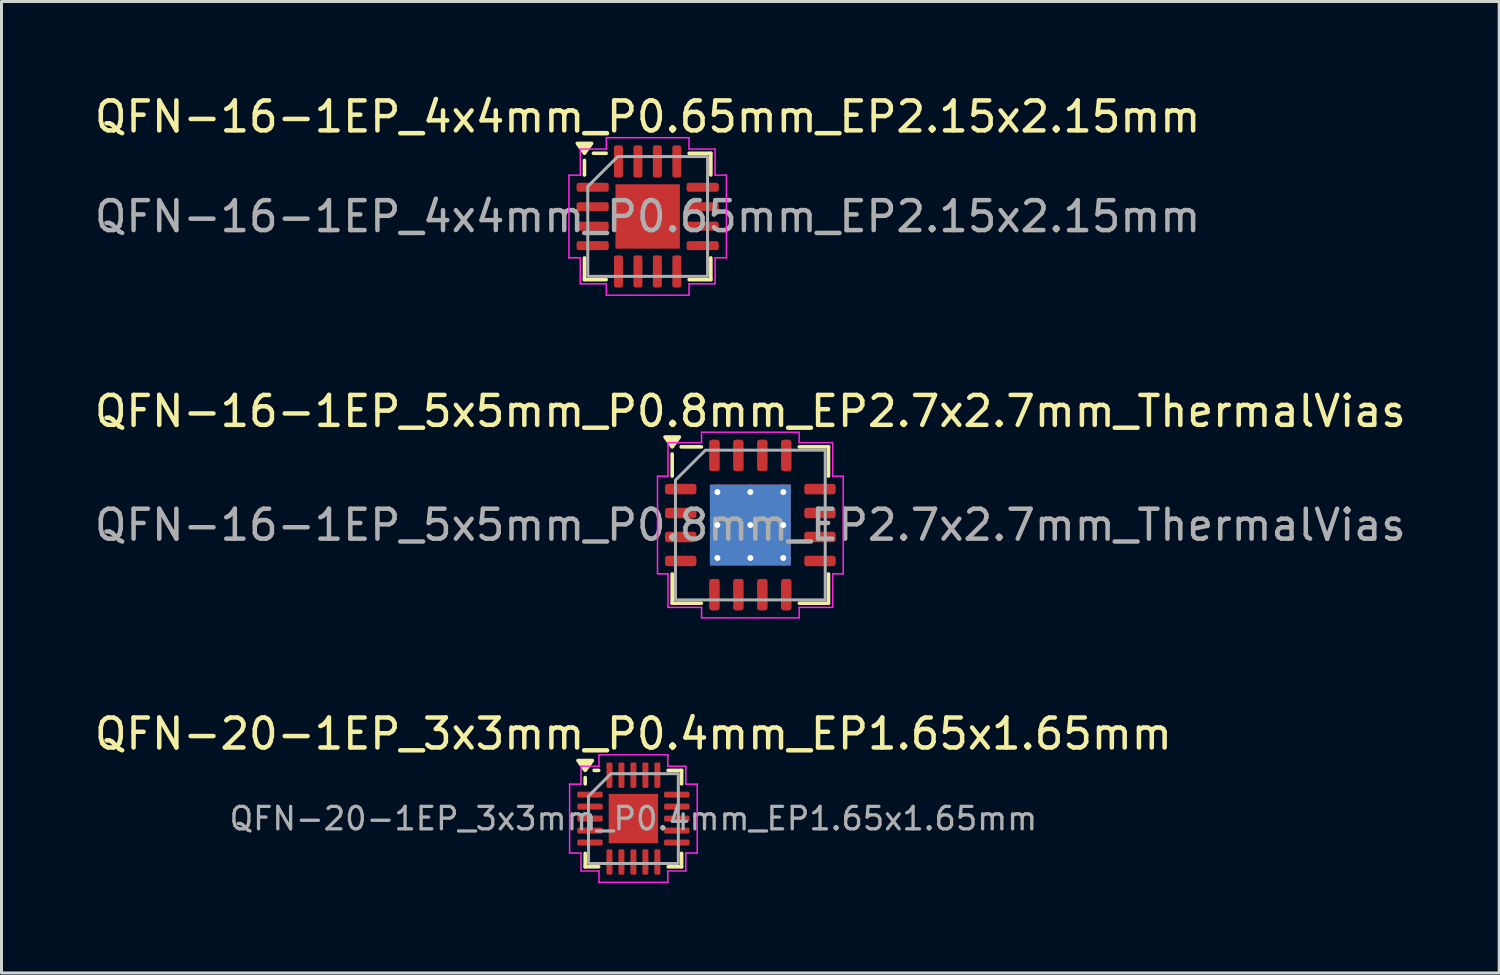
<source format=kicad_pcb>
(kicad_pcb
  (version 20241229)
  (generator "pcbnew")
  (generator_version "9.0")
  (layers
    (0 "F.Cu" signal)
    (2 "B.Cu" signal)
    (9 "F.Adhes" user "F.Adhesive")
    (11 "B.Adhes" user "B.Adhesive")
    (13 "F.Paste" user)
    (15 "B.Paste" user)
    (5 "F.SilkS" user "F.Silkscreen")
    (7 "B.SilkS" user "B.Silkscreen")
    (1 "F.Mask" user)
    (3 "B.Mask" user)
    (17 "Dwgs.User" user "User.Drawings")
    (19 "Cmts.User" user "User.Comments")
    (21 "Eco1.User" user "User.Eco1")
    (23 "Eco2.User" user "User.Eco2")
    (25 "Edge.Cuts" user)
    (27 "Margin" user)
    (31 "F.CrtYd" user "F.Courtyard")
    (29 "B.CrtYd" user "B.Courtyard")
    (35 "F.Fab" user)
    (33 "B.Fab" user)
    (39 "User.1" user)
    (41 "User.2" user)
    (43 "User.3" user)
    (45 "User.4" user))
  (footprint "QFN-20-1EP_3x3mm_P0.4mm_EP1.65x1.65mm"
    (layer "F.Cu")
    (at 18.101 24.285)
    (property "Reference" "QFN-20-1EP_3x3mm_P0.4mm_EP1.65x1.65mm" (at 0 -2.83 0) (layer "F.SilkS") (effects (font (size 1 1) (thickness 0.15))))
    (attr smd)
    (fp_line (start -1.61 -1.16) (end -1.61 -1.37) (stroke (width 0.12) (type solid)) (layer "F.SilkS"))
    (fp_line (start -1.61 1.61) (end -1.61 1.16) (stroke (width 0.12) (type solid)) (layer "F.SilkS"))
    (fp_line (start -1.16 -1.61) (end -1.31 -1.61) (stroke (width 0.12) (type solid)) (layer "F.SilkS"))
    (fp_line (start -1.16 1.61) (end -1.61 1.61) (stroke (width 0.12) (type solid)) (layer "F.SilkS"))
    (fp_line (start 1.16 -1.61) (end 1.61 -1.61) (stroke (width 0.12) (type solid)) (layer "F.SilkS"))
    (fp_line (start 1.16 1.61) (end 1.61 1.61) (stroke (width 0.12) (type solid)) (layer "F.SilkS"))
    (fp_line (start 1.61 -1.61) (end 1.61 -1.16) (stroke (width 0.12) (type solid)) (layer "F.SilkS"))
    (fp_line (start 1.61 1.61) (end 1.61 1.16) (stroke (width 0.12) (type solid)) (layer "F.SilkS"))
    (fp_poly (pts (xy -1.61 -1.61) (xy -1.85 -1.94) (xy -1.37 -1.94)) (stroke (width 0.12) (type solid)) (fill yes) (layer "F.SilkS"))
    (fp_line (start -2.13 -1.15) (end -1.75 -1.15) (stroke (width 0.05) (type solid)) (layer "F.CrtYd"))
    (fp_line (start -2.13 1.15) (end -2.13 -1.15) (stroke (width 0.05) (type solid)) (layer "F.CrtYd"))
    (fp_line (start -1.75 -1.75) (end -1.15 -1.75) (stroke (width 0.05) (type solid)) (layer "F.CrtYd"))
    (fp_line (start -1.75 -1.15) (end -1.75 -1.75) (stroke (width 0.05) (type solid)) (layer "F.CrtYd"))
    (fp_line (start -1.75 1.15) (end -2.13 1.15) (stroke (width 0.05) (type solid)) (layer "F.CrtYd"))
    (fp_line (start -1.75 1.75) (end -1.75 1.15) (stroke (width 0.05) (type solid)) (layer "F.CrtYd"))
    (fp_line (start -1.15 -2.13) (end 1.15 -2.13) (stroke (width 0.05) (type solid)) (layer "F.CrtYd"))
    (fp_line (start -1.15 -1.75) (end -1.15 -2.13) (stroke (width 0.05) (type solid)) (layer "F.CrtYd"))
    (fp_line (start -1.15 1.75) (end -1.75 1.75) (stroke (width 0.05) (type solid)) (layer "F.CrtYd"))
    (fp_line (start -1.15 2.13) (end -1.15 1.75) (stroke (width 0.05) (type solid)) (layer "F.CrtYd"))
    (fp_line (start 1.15 -2.13) (end 1.15 -1.75) (stroke (width 0.05) (type solid)) (layer "F.CrtYd"))
    (fp_line (start 1.15 -1.75) (end 1.75 -1.75) (stroke (width 0.05) (type solid)) (layer "F.CrtYd"))
    (fp_line (start 1.15 1.75) (end 1.15 2.13) (stroke (width 0.05) (type solid)) (layer "F.CrtYd"))
    (fp_line (start 1.15 2.13) (end -1.15 2.13) (stroke (width 0.05) (type solid)) (layer "F.CrtYd"))
    (fp_line (start 1.75 -1.75) (end 1.75 -1.15) (stroke (width 0.05) (type solid)) (layer "F.CrtYd"))
    (fp_line (start 1.75 -1.15) (end 2.13 -1.15) (stroke (width 0.05) (type solid)) (layer "F.CrtYd"))
    (fp_line (start 1.75 1.15) (end 1.75 1.75) (stroke (width 0.05) (type solid)) (layer "F.CrtYd"))
    (fp_line (start 1.75 1.75) (end 1.15 1.75) (stroke (width 0.05) (type solid)) (layer "F.CrtYd"))
    (fp_line (start 2.13 -1.15) (end 2.13 1.15) (stroke (width 0.05) (type solid)) (layer "F.CrtYd"))
    (fp_line (start 2.13 1.15) (end 1.75 1.15) (stroke (width 0.05) (type solid)) (layer "F.CrtYd"))
    (fp_poly (pts (xy -1.5 -0.75) (xy -1.5 1.5) (xy 1.5 1.5) (xy 1.5 -1.5) (xy -0.75 -1.5)) (stroke (width 0.1) (type solid)) (fill no) (layer "F.Fab"))
    (fp_text user "${REFERENCE}" (at 0 0 0) (layer "F.Fab") (effects (font (size 0.75 0.75) (thickness 0.11))))
    (pad "" smd roundrect (at -0.41 -0.41) (size 0.67 0.67) (layers "F.Paste") (roundrect_rratio 0.25))
    (pad "" smd roundrect (at -0.41 0.41) (size 0.67 0.67) (layers "F.Paste") (roundrect_rratio 0.25))
    (pad "" smd roundrect (at 0.41 -0.41) (size 0.67 0.67) (layers "F.Paste") (roundrect_rratio 0.25))
    (pad "" smd roundrect (at 0.41 0.41) (size 0.67 0.67) (layers "F.Paste") (roundrect_rratio 0.25))
    (pad "1" smd roundrect (at -1.45 -0.8) (size 0.85 0.2) (layers "F.Cu" "F.Mask" "F.Paste") (roundrect_rratio 0.25))
    (pad "2" smd roundrect (at -1.45 -0.4) (size 0.85 0.2) (layers "F.Cu" "F.Mask" "F.Paste") (roundrect_rratio 0.25))
    (pad "3" smd roundrect (at -1.45 0) (size 0.85 0.2) (layers "F.Cu" "F.Mask" "F.Paste") (roundrect_rratio 0.25))
    (pad "4" smd roundrect (at -1.45 0.4) (size 0.85 0.2) (layers "F.Cu" "F.Mask" "F.Paste") (roundrect_rratio 0.25))
    (pad "5" smd roundrect (at -1.45 0.8) (size 0.85 0.2) (layers "F.Cu" "F.Mask" "F.Paste") (roundrect_rratio 0.25))
    (pad "6" smd roundrect (at -0.8 1.45) (size 0.2 0.85) (layers "F.Cu" "F.Mask" "F.Paste") (roundrect_rratio 0.25))
    (pad "7" smd roundrect (at -0.4 1.45) (size 0.2 0.85) (layers "F.Cu" "F.Mask" "F.Paste") (roundrect_rratio 0.25))
    (pad "8" smd roundrect (at 0 1.45) (size 0.2 0.85) (layers "F.Cu" "F.Mask" "F.Paste") (roundrect_rratio 0.25))
    (pad "9" smd roundrect (at 0.4 1.45) (size 0.2 0.85) (layers "F.Cu" "F.Mask" "F.Paste") (roundrect_rratio 0.25))
    (pad "10" smd roundrect (at 0.8 1.45) (size 0.2 0.85) (layers "F.Cu" "F.Mask" "F.Paste") (roundrect_rratio 0.25))
    (pad "11" smd roundrect (at 1.45 0.8) (size 0.85 0.2) (layers "F.Cu" "F.Mask" "F.Paste") (roundrect_rratio 0.25))
    (pad "12" smd roundrect (at 1.45 0.4) (size 0.85 0.2) (layers "F.Cu" "F.Mask" "F.Paste") (roundrect_rratio 0.25))
    (pad "13" smd roundrect (at 1.45 0) (size 0.85 0.2) (layers "F.Cu" "F.Mask" "F.Paste") (roundrect_rratio 0.25))
    (pad "14" smd roundrect (at 1.45 -0.4) (size 0.85 0.2) (layers "F.Cu" "F.Mask" "F.Paste") (roundrect_rratio 0.25))
    (pad "15" smd roundrect (at 1.45 -0.8) (size 0.85 0.2) (layers "F.Cu" "F.Mask" "F.Paste") (roundrect_rratio 0.25))
    (pad "16" smd roundrect (at 0.8 -1.45) (size 0.2 0.85) (layers "F.Cu" "F.Mask" "F.Paste") (roundrect_rratio 0.25))
    (pad "17" smd roundrect (at 0.4 -1.45) (size 0.2 0.85) (layers "F.Cu" "F.Mask" "F.Paste") (roundrect_rratio 0.25))
    (pad "18" smd roundrect (at 0 -1.45) (size 0.2 0.85) (layers "F.Cu" "F.Mask" "F.Paste") (roundrect_rratio 0.25))
    (pad "19" smd roundrect (at -0.4 -1.45) (size 0.2 0.85) (layers "F.Cu" "F.Mask" "F.Paste") (roundrect_rratio 0.25))
    (pad "20" smd roundrect (at -0.8 -1.45) (size 0.2 0.85) (layers "F.Cu" "F.Mask" "F.Paste") (roundrect_rratio 0.25))
    (pad "21" smd rect (at 0 0) (size 1.65 1.65) (property pad_prop_heatsink) (layers "F.Cu" "F.Mask")))
  (footprint "QFN-16-1EP_4x4mm_P0.65mm_EP2.15x2.15mm"
    (layer "F.Cu")
    (at 18.577 4.178)
    (property "Reference" "QFN-16-1EP_4x4mm_P0.65mm_EP2.15x2.15mm" (at 0 -3.33 0) (layer "F.SilkS") (effects (font (size 1 1) (thickness 0.15))))
    (attr smd)
    (fp_line (start -2.11 -1.385) (end -2.11 -1.87) (stroke (width 0.12) (type solid)) (layer "F.SilkS"))
    (fp_line (start -2.11 2.11) (end -2.11 1.385) (stroke (width 0.12) (type solid)) (layer "F.SilkS"))
    (fp_line (start -1.385 -2.11) (end -1.81 -2.11) (stroke (width 0.12) (type solid)) (layer "F.SilkS"))
    (fp_line (start -1.385 2.11) (end -2.11 2.11) (stroke (width 0.12) (type solid)) (layer "F.SilkS"))
    (fp_line (start 1.385 -2.11) (end 2.11 -2.11) (stroke (width 0.12) (type solid)) (layer "F.SilkS"))
    (fp_line (start 1.385 2.11) (end 2.11 2.11) (stroke (width 0.12) (type solid)) (layer "F.SilkS"))
    (fp_line (start 2.11 -2.11) (end 2.11 -1.385) (stroke (width 0.12) (type solid)) (layer "F.SilkS"))
    (fp_line (start 2.11 2.11) (end 2.11 1.385) (stroke (width 0.12) (type solid)) (layer "F.SilkS"))
    (fp_poly (pts (xy -2.11 -2.11) (xy -2.35 -2.44) (xy -1.87 -2.44)) (stroke (width 0.12) (type solid)) (fill yes) (layer "F.SilkS"))
    (fp_line (start -2.63 -1.38) (end -2.25 -1.38) (stroke (width 0.05) (type solid)) (layer "F.CrtYd"))
    (fp_line (start -2.63 1.38) (end -2.63 -1.38) (stroke (width 0.05) (type solid)) (layer "F.CrtYd"))
    (fp_line (start -2.25 -2.25) (end -1.38 -2.25) (stroke (width 0.05) (type solid)) (layer "F.CrtYd"))
    (fp_line (start -2.25 -1.38) (end -2.25 -2.25) (stroke (width 0.05) (type solid)) (layer "F.CrtYd"))
    (fp_line (start -2.25 1.38) (end -2.63 1.38) (stroke (width 0.05) (type solid)) (layer "F.CrtYd"))
    (fp_line (start -2.25 2.25) (end -2.25 1.38) (stroke (width 0.05) (type solid)) (layer "F.CrtYd"))
    (fp_line (start -1.38 -2.63) (end 1.38 -2.63) (stroke (width 0.05) (type solid)) (layer "F.CrtYd"))
    (fp_line (start -1.38 -2.25) (end -1.38 -2.63) (stroke (width 0.05) (type solid)) (layer "F.CrtYd"))
    (fp_line (start -1.38 2.25) (end -2.25 2.25) (stroke (width 0.05) (type solid)) (layer "F.CrtYd"))
    (fp_line (start -1.38 2.63) (end -1.38 2.25) (stroke (width 0.05) (type solid)) (layer "F.CrtYd"))
    (fp_line (start 1.38 -2.63) (end 1.38 -2.25) (stroke (width 0.05) (type solid)) (layer "F.CrtYd"))
    (fp_line (start 1.38 -2.25) (end 2.25 -2.25) (stroke (width 0.05) (type solid)) (layer "F.CrtYd"))
    (fp_line (start 1.38 2.25) (end 1.38 2.63) (stroke (width 0.05) (type solid)) (layer "F.CrtYd"))
    (fp_line (start 1.38 2.63) (end -1.38 2.63) (stroke (width 0.05) (type solid)) (layer "F.CrtYd"))
    (fp_line (start 2.25 -2.25) (end 2.25 -1.38) (stroke (width 0.05) (type solid)) (layer "F.CrtYd"))
    (fp_line (start 2.25 -1.38) (end 2.63 -1.38) (stroke (width 0.05) (type solid)) (layer "F.CrtYd"))
    (fp_line (start 2.25 1.38) (end 2.25 2.25) (stroke (width 0.05) (type solid)) (layer "F.CrtYd"))
    (fp_line (start 2.25 2.25) (end 1.38 2.25) (stroke (width 0.05) (type solid)) (layer "F.CrtYd"))
    (fp_line (start 2.63 -1.38) (end 2.63 1.38) (stroke (width 0.05) (type solid)) (layer "F.CrtYd"))
    (fp_line (start 2.63 1.38) (end 2.25 1.38) (stroke (width 0.05) (type solid)) (layer "F.CrtYd"))
    (fp_poly (pts (xy -2 -1) (xy -2 2) (xy 2 2) (xy 2 -2) (xy -1 -2)) (stroke (width 0.1) (type solid)) (fill no) (layer "F.Fab"))
    (fp_text user "${REFERENCE}" (at 0 0 0) (layer "F.Fab") (effects (font (size 1 1) (thickness 0.15))))
    (pad "" smd roundrect (at -0.54 -0.54) (size 0.87 0.87) (layers "F.Paste") (roundrect_rratio 0.25))
    (pad "" smd roundrect (at -0.54 0.54) (size 0.87 0.87) (layers "F.Paste") (roundrect_rratio 0.25))
    (pad "" smd roundrect (at 0.54 -0.54) (size 0.87 0.87) (layers "F.Paste") (roundrect_rratio 0.25))
    (pad "" smd roundrect (at 0.54 0.54) (size 0.87 0.87) (layers "F.Paste") (roundrect_rratio 0.25))
    (pad "1" smd roundrect (at -1.837 -0.975) (size 1.075 0.3) (layers "F.Cu" "F.Mask" "F.Paste") (roundrect_rratio 0.25))
    (pad "2" smd roundrect (at -1.837 -0.325) (size 1.075 0.3) (layers "F.Cu" "F.Mask" "F.Paste") (roundrect_rratio 0.25))
    (pad "3" smd roundrect (at -1.837 0.325) (size 1.075 0.3) (layers "F.Cu" "F.Mask" "F.Paste") (roundrect_rratio 0.25))
    (pad "4" smd roundrect (at -1.837 0.975) (size 1.075 0.3) (layers "F.Cu" "F.Mask" "F.Paste") (roundrect_rratio 0.25))
    (pad "5" smd roundrect (at -0.975 1.837) (size 0.3 1.075) (layers "F.Cu" "F.Mask" "F.Paste") (roundrect_rratio 0.25))
    (pad "6" smd roundrect (at -0.325 1.837) (size 0.3 1.075) (layers "F.Cu" "F.Mask" "F.Paste") (roundrect_rratio 0.25))
    (pad "7" smd roundrect (at 0.325 1.837) (size 0.3 1.075) (layers "F.Cu" "F.Mask" "F.Paste") (roundrect_rratio 0.25))
    (pad "8" smd roundrect (at 0.975 1.837) (size 0.3 1.075) (layers "F.Cu" "F.Mask" "F.Paste") (roundrect_rratio 0.25))
    (pad "9" smd roundrect (at 1.837 0.975) (size 1.075 0.3) (layers "F.Cu" "F.Mask" "F.Paste") (roundrect_rratio 0.25))
    (pad "10" smd roundrect (at 1.837 0.325) (size 1.075 0.3) (layers "F.Cu" "F.Mask" "F.Paste") (roundrect_rratio 0.25))
    (pad "11" smd roundrect (at 1.837 -0.325) (size 1.075 0.3) (layers "F.Cu" "F.Mask" "F.Paste") (roundrect_rratio 0.25))
    (pad "12" smd roundrect (at 1.837 -0.975) (size 1.075 0.3) (layers "F.Cu" "F.Mask" "F.Paste") (roundrect_rratio 0.25))
    (pad "13" smd roundrect (at 0.975 -1.837) (size 0.3 1.075) (layers "F.Cu" "F.Mask" "F.Paste") (roundrect_rratio 0.25))
    (pad "14" smd roundrect (at 0.325 -1.837) (size 0.3 1.075) (layers "F.Cu" "F.Mask" "F.Paste") (roundrect_rratio 0.25))
    (pad "15" smd roundrect (at -0.325 -1.837) (size 0.3 1.075) (layers "F.Cu" "F.Mask" "F.Paste") (roundrect_rratio 0.25))
    (pad "16" smd roundrect (at -0.975 -1.837) (size 0.3 1.075) (layers "F.Cu" "F.Mask" "F.Paste") (roundrect_rratio 0.25))
    (pad "17" smd rect (at 0 0) (size 2.15 2.15) (property pad_prop_heatsink) (layers "F.Cu" "F.Mask")))
  (footprint "QFN-16-1EP_5x5mm_P0.8mm_EP2.7x2.7mm_ThermalVias"
    (layer "F.Cu")
    (at 22.006 14.482)
    (property "Reference" "QFN-16-1EP_5x5mm_P0.8mm_EP2.7x2.7mm_ThermalVias" (at 0 -3.8 0) (layer "F.SilkS") (effects (font (size 1 1) (thickness 0.15))))
    (attr smd)
    (fp_line (start -2.61 -1.635) (end -2.61 -2.37) (stroke (width 0.12) (type solid)) (layer "F.SilkS"))
    (fp_line (start -2.61 2.61) (end -2.61 1.635) (stroke (width 0.12) (type solid)) (layer "F.SilkS"))
    (fp_line (start -1.635 -2.61) (end -2.31 -2.61) (stroke (width 0.12) (type solid)) (layer "F.SilkS"))
    (fp_line (start -1.635 2.61) (end -2.61 2.61) (stroke (width 0.12) (type solid)) (layer "F.SilkS"))
    (fp_line (start 1.635 -2.61) (end 2.61 -2.61) (stroke (width 0.12) (type solid)) (layer "F.SilkS"))
    (fp_line (start 1.635 2.61) (end 2.61 2.61) (stroke (width 0.12) (type solid)) (layer "F.SilkS"))
    (fp_line (start 2.61 -2.61) (end 2.61 -1.635) (stroke (width 0.12) (type solid)) (layer "F.SilkS"))
    (fp_line (start 2.61 2.61) (end 2.61 1.635) (stroke (width 0.12) (type solid)) (layer "F.SilkS"))
    (fp_poly (pts (xy -2.61 -2.61) (xy -2.85 -2.94) (xy -2.37 -2.94)) (stroke (width 0.12) (type solid)) (fill yes) (layer "F.SilkS"))
    (fp_line (start -3.1 -1.63) (end -2.75 -1.63) (stroke (width 0.05) (type solid)) (layer "F.CrtYd"))
    (fp_line (start -3.1 1.63) (end -3.1 -1.63) (stroke (width 0.05) (type solid)) (layer "F.CrtYd"))
    (fp_line (start -2.75 -2.75) (end -1.63 -2.75) (stroke (width 0.05) (type solid)) (layer "F.CrtYd"))
    (fp_line (start -2.75 -1.63) (end -2.75 -2.75) (stroke (width 0.05) (type solid)) (layer "F.CrtYd"))
    (fp_line (start -2.75 1.63) (end -3.1 1.63) (stroke (width 0.05) (type solid)) (layer "F.CrtYd"))
    (fp_line (start -2.75 2.75) (end -2.75 1.63) (stroke (width 0.05) (type solid)) (layer "F.CrtYd"))
    (fp_line (start -1.63 -3.1) (end 1.63 -3.1) (stroke (width 0.05) (type solid)) (layer "F.CrtYd"))
    (fp_line (start -1.63 -2.75) (end -1.63 -3.1) (stroke (width 0.05) (type solid)) (layer "F.CrtYd"))
    (fp_line (start -1.63 2.75) (end -2.75 2.75) (stroke (width 0.05) (type solid)) (layer "F.CrtYd"))
    (fp_line (start -1.63 3.1) (end -1.63 2.75) (stroke (width 0.05) (type solid)) (layer "F.CrtYd"))
    (fp_line (start 1.63 -3.1) (end 1.63 -2.75) (stroke (width 0.05) (type solid)) (layer "F.CrtYd"))
    (fp_line (start 1.63 -2.75) (end 2.75 -2.75) (stroke (width 0.05) (type solid)) (layer "F.CrtYd"))
    (fp_line (start 1.63 2.75) (end 1.63 3.1) (stroke (width 0.05) (type solid)) (layer "F.CrtYd"))
    (fp_line (start 1.63 3.1) (end -1.63 3.1) (stroke (width 0.05) (type solid)) (layer "F.CrtYd"))
    (fp_line (start 2.75 -2.75) (end 2.75 -1.63) (stroke (width 0.05) (type solid)) (layer "F.CrtYd"))
    (fp_line (start 2.75 -1.63) (end 3.1 -1.63) (stroke (width 0.05) (type solid)) (layer "F.CrtYd"))
    (fp_line (start 2.75 1.63) (end 2.75 2.75) (stroke (width 0.05) (type solid)) (layer "F.CrtYd"))
    (fp_line (start 2.75 2.75) (end 1.63 2.75) (stroke (width 0.05) (type solid)) (layer "F.CrtYd"))
    (fp_line (start 3.1 -1.63) (end 3.1 1.63) (stroke (width 0.05) (type solid)) (layer "F.CrtYd"))
    (fp_line (start 3.1 1.63) (end 2.75 1.63) (stroke (width 0.05) (type solid)) (layer "F.CrtYd"))
    (fp_poly (pts (xy -2.5 -1.5) (xy -2.5 2.5) (xy 2.5 2.5) (xy 2.5 -2.5) (xy -1.5 -2.5)) (stroke (width 0.1) (type solid)) (fill no) (layer "F.Fab"))
    (fp_text user "${REFERENCE}" (at 0 0 0) (layer "F.Fab") (effects (font (size 1 1) (thickness 0.15))))
    (pad "" smd roundrect (at -0.675 -0.675) (size 1.17 1.17) (layers "F.Paste") (roundrect_rratio 0.214))
    (pad "" smd roundrect (at -0.675 0.675) (size 1.17 1.17) (layers "F.Paste") (roundrect_rratio 0.214))
    (pad "" smd roundrect (at 0.675 -0.675) (size 1.17 1.17) (layers "F.Paste") (roundrect_rratio 0.214))
    (pad "" smd roundrect (at 0.675 0.675) (size 1.17 1.17) (layers "F.Paste") (roundrect_rratio 0.214))
    (pad "1" smd roundrect (at -2.325 -1.2) (size 1.05 0.35) (layers "F.Cu" "F.Mask" "F.Paste") (roundrect_rratio 0.25))
    (pad "2" smd roundrect (at -2.325 -0.4) (size 1.05 0.35) (layers "F.Cu" "F.Mask" "F.Paste") (roundrect_rratio 0.25))
    (pad "3" smd roundrect (at -2.325 0.4) (size 1.05 0.35) (layers "F.Cu" "F.Mask" "F.Paste") (roundrect_rratio 0.25))
    (pad "4" smd roundrect (at -2.325 1.2) (size 1.05 0.35) (layers "F.Cu" "F.Mask" "F.Paste") (roundrect_rratio 0.25))
    (pad "5" smd roundrect (at -1.2 2.325) (size 0.35 1.05) (layers "F.Cu" "F.Mask" "F.Paste") (roundrect_rratio 0.25))
    (pad "6" smd roundrect (at -0.4 2.325) (size 0.35 1.05) (layers "F.Cu" "F.Mask" "F.Paste") (roundrect_rratio 0.25))
    (pad "7" smd roundrect (at 0.4 2.325) (size 0.35 1.05) (layers "F.Cu" "F.Mask" "F.Paste") (roundrect_rratio 0.25))
    (pad "8" smd roundrect (at 1.2 2.325) (size 0.35 1.05) (layers "F.Cu" "F.Mask" "F.Paste") (roundrect_rratio 0.25))
    (pad "9" smd roundrect (at 2.325 1.2) (size 1.05 0.35) (layers "F.Cu" "F.Mask" "F.Paste") (roundrect_rratio 0.25))
    (pad "10" smd roundrect (at 2.325 0.4) (size 1.05 0.35) (layers "F.Cu" "F.Mask" "F.Paste") (roundrect_rratio 0.25))
    (pad "11" smd roundrect (at 2.325 -0.4) (size 1.05 0.35) (layers "F.Cu" "F.Mask" "F.Paste") (roundrect_rratio 0.25))
    (pad "12" smd roundrect (at 2.325 -1.2) (size 1.05 0.35) (layers "F.Cu" "F.Mask" "F.Paste") (roundrect_rratio 0.25))
    (pad "13" smd roundrect (at 1.2 -2.325) (size 0.35 1.05) (layers "F.Cu" "F.Mask" "F.Paste") (roundrect_rratio 0.25))
    (pad "14" smd roundrect (at 0.4 -2.325) (size 0.35 1.05) (layers "F.Cu" "F.Mask" "F.Paste") (roundrect_rratio 0.25))
    (pad "15" smd roundrect (at -0.4 -2.325) (size 0.35 1.05) (layers "F.Cu" "F.Mask" "F.Paste") (roundrect_rratio 0.25))
    (pad "16" smd roundrect (at -1.2 -2.325) (size 0.35 1.05) (layers "F.Cu" "F.Mask" "F.Paste") (roundrect_rratio 0.25))
    (pad "17" thru_hole circle (at -1.1 -1.1) (size 0.5 0.5) (drill 0.2) (property pad_prop_heatsink) (layers "*.Cu"))
    (pad "17" thru_hole circle (at -1.1 0) (size 0.5 0.5) (drill 0.2) (property pad_prop_heatsink) (layers "*.Cu"))
    (pad "17" thru_hole circle (at -1.1 1.1) (size 0.5 0.5) (drill 0.2) (property pad_prop_heatsink) (layers "*.Cu"))
    (pad "17" thru_hole circle (at 0 -1.1) (size 0.5 0.5) (drill 0.2) (property pad_prop_heatsink) (layers "*.Cu"))
    (pad "17" thru_hole circle (at 0 0) (size 0.5 0.5) (drill 0.2) (property pad_prop_heatsink) (layers "*.Cu"))
    (pad "17" smd rect (at 0 0) (size 2.7 2.7) (property pad_prop_heatsink) (layers "F.Cu" "F.Mask"))
    (pad "17" smd rect (at 0 0) (size 2.7 2.7) (property pad_prop_heatsink) (layers "B.Cu"))
    (pad "17" thru_hole circle (at 0 1.1) (size 0.5 0.5) (drill 0.2) (property pad_prop_heatsink) (layers "*.Cu"))
    (pad "17" thru_hole circle (at 1.1 -1.1) (size 0.5 0.5) (drill 0.2) (property pad_prop_heatsink) (layers "*.Cu"))
    (pad "17" thru_hole circle (at 1.1 0) (size 0.5 0.5) (drill 0.2) (property pad_prop_heatsink) (layers "*.Cu"))
    (pad "17" thru_hole circle (at 1.1 1.1) (size 0.5 0.5) (drill 0.2) (property pad_prop_heatsink) (layers "*.Cu")))
  (gr_rect
    (start -3 -3)
    (end 47.012 29.44)
    (stroke (width 0.1) (type default))
    (fill no)
    (layer "Edge.Cuts")))
</source>
